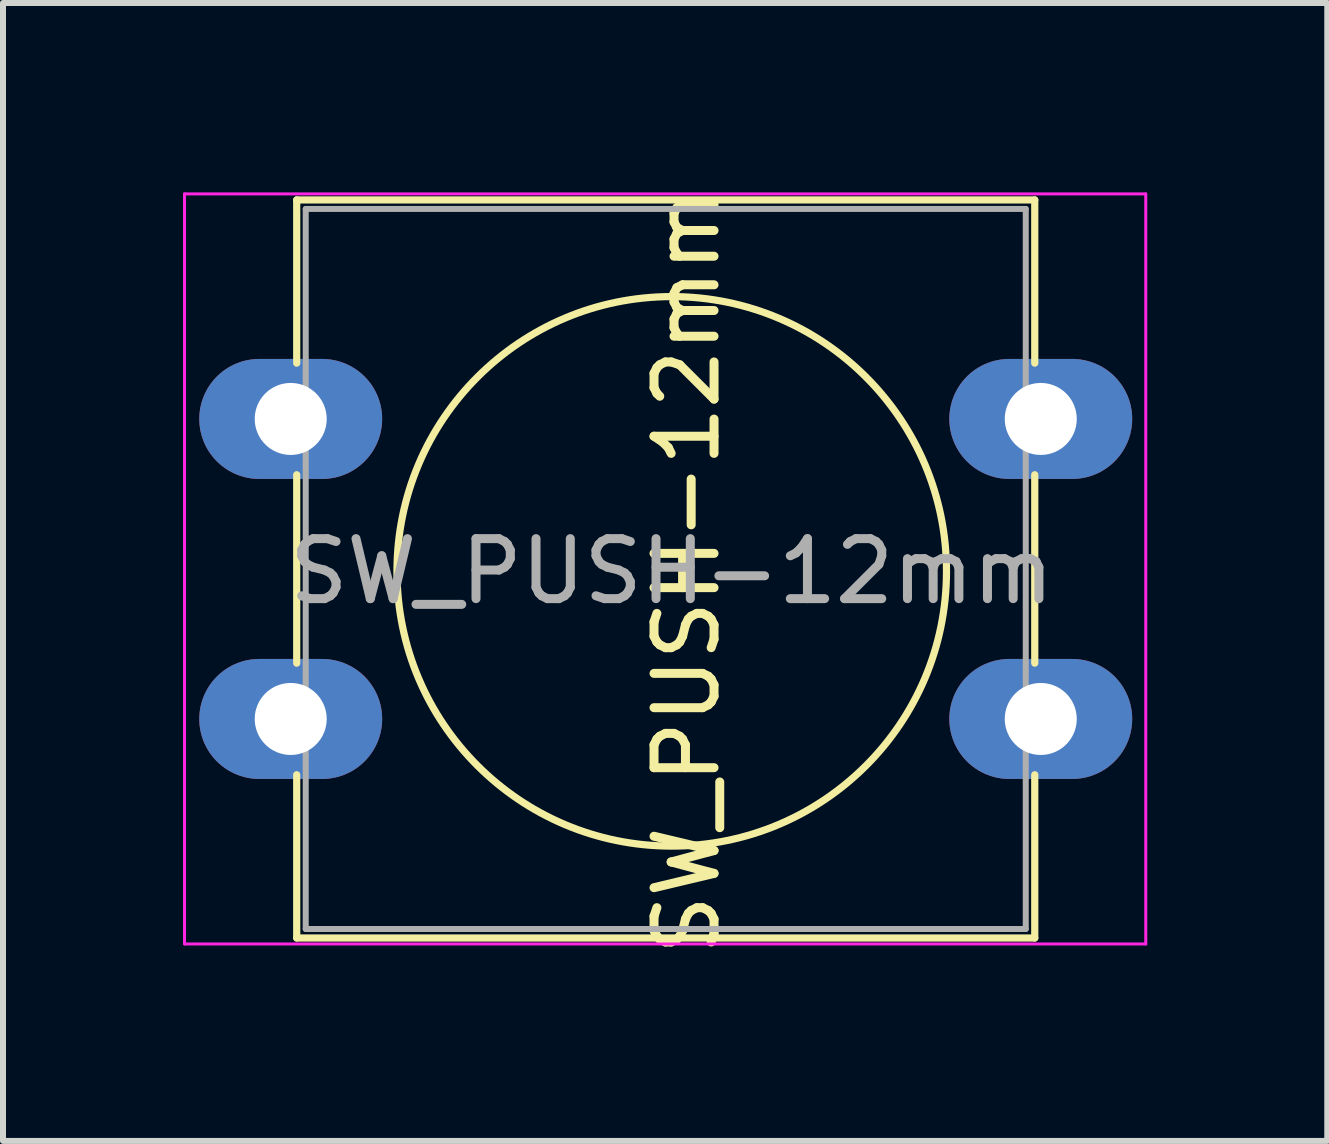
<source format=kicad_pcb>
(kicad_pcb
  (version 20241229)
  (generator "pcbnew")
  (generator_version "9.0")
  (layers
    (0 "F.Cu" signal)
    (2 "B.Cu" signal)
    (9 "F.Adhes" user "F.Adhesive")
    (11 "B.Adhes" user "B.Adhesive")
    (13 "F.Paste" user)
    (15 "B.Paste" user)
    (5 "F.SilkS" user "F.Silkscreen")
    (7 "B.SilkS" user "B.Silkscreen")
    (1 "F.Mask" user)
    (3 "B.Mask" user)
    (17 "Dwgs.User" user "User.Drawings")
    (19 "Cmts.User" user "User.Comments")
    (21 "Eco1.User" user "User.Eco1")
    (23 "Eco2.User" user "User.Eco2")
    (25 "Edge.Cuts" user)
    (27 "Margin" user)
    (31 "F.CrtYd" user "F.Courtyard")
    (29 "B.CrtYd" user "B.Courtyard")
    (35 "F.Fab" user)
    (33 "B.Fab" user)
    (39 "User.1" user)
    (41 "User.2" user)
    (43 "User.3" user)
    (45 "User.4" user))
  (footprint "SW_PUSH-12mm"
    (layer "F.Cu")
    (at 1.795 3.932)
    (property "Reference" "SW_PUSH-12mm" (at 6.6 2.55 90) (layer "F.SilkS") (effects (font (size 1 1) (thickness 0.15))))
    (attr through_hole)
    (fp_line (start 0.1 -3.65) (end 12.4 -3.65) (stroke (width 0.12) (type solid)) (layer "F.SilkS"))
    (fp_line (start 0.1 -0.93) (end 0.1 -3.65) (stroke (width 0.12) (type solid)) (layer "F.SilkS"))
    (fp_line (start 0.1 4.07) (end 0.1 0.93) (stroke (width 0.12) (type solid)) (layer "F.SilkS"))
    (fp_line (start 0.1 8.65) (end 0.1 5.93) (stroke (width 0.12) (type solid)) (layer "F.SilkS"))
    (fp_line (start 12.4 -3.65) (end 12.4 -0.93) (stroke (width 0.12) (type solid)) (layer "F.SilkS"))
    (fp_line (start 12.4 0.93) (end 12.4 4.07) (stroke (width 0.12) (type solid)) (layer "F.SilkS"))
    (fp_line (start 12.4 5.93) (end 12.4 8.65) (stroke (width 0.12) (type solid)) (layer "F.SilkS"))
    (fp_line (start 12.4 8.65) (end 0.1 8.65) (stroke (width 0.12) (type solid)) (layer "F.SilkS"))
    (fp_circle (center 6.35 2.54) (end 10.16 5.08) (stroke (width 0.12) (type solid)) (fill no) (layer "F.SilkS"))
    (fp_line (start -1.77 -3.75) (end -1.77 8.75) (stroke (width 0.05) (type solid)) (layer "F.CrtYd"))
    (fp_line (start -1.77 -3.75) (end 14.25 -3.75) (stroke (width 0.05) (type solid)) (layer "F.CrtYd"))
    (fp_line (start 14.25 8.75) (end -1.77 8.75) (stroke (width 0.05) (type solid)) (layer "F.CrtYd"))
    (fp_line (start 14.25 8.75) (end 14.25 -3.75) (stroke (width 0.05) (type solid)) (layer "F.CrtYd"))
    (fp_line (start 0.25 -3.5) (end 0.25 8.5) (stroke (width 0.1) (type solid)) (layer "F.Fab"))
    (fp_line (start 0.25 -3.5) (end 12.25 -3.5) (stroke (width 0.1) (type solid)) (layer "F.Fab"))
    (fp_line (start 0.25 8.5) (end 12.25 8.5) (stroke (width 0.1) (type solid)) (layer "F.Fab"))
    (fp_line (start 12.25 -3.5) (end 12.25 8.5) (stroke (width 0.1) (type solid)) (layer "F.Fab"))
    (fp_text user "${REFERENCE}" (at 6.35 2.54 0) (layer "F.Fab") (effects (font (size 1 1) (thickness 0.15))))
    (pad "1" thru_hole oval (at 0 0) (size 3.048 2) (drill 1.2) (layers "*.Cu" "*.Mask"))
    (pad "2" thru_hole oval (at 0 5) (size 3.048 2) (drill 1.2) (layers "*.Cu" "*.Mask"))
    (pad "2" thru_hole oval (at 12.5 5) (size 3.048 2) (drill 1.2) (layers "*.Cu" "*.Mask"))
    (pad "3" thru_hole oval (at 12.5 0) (size 3.048 2) (drill 1.2) (layers "*.Cu" "*.Mask")))
  (gr_rect
    (start -3 -3)
    (end 19.07 15.964)
    (stroke (width 0.1) (type default))
    (fill no)
    (layer "Edge.Cuts")))
</source>
